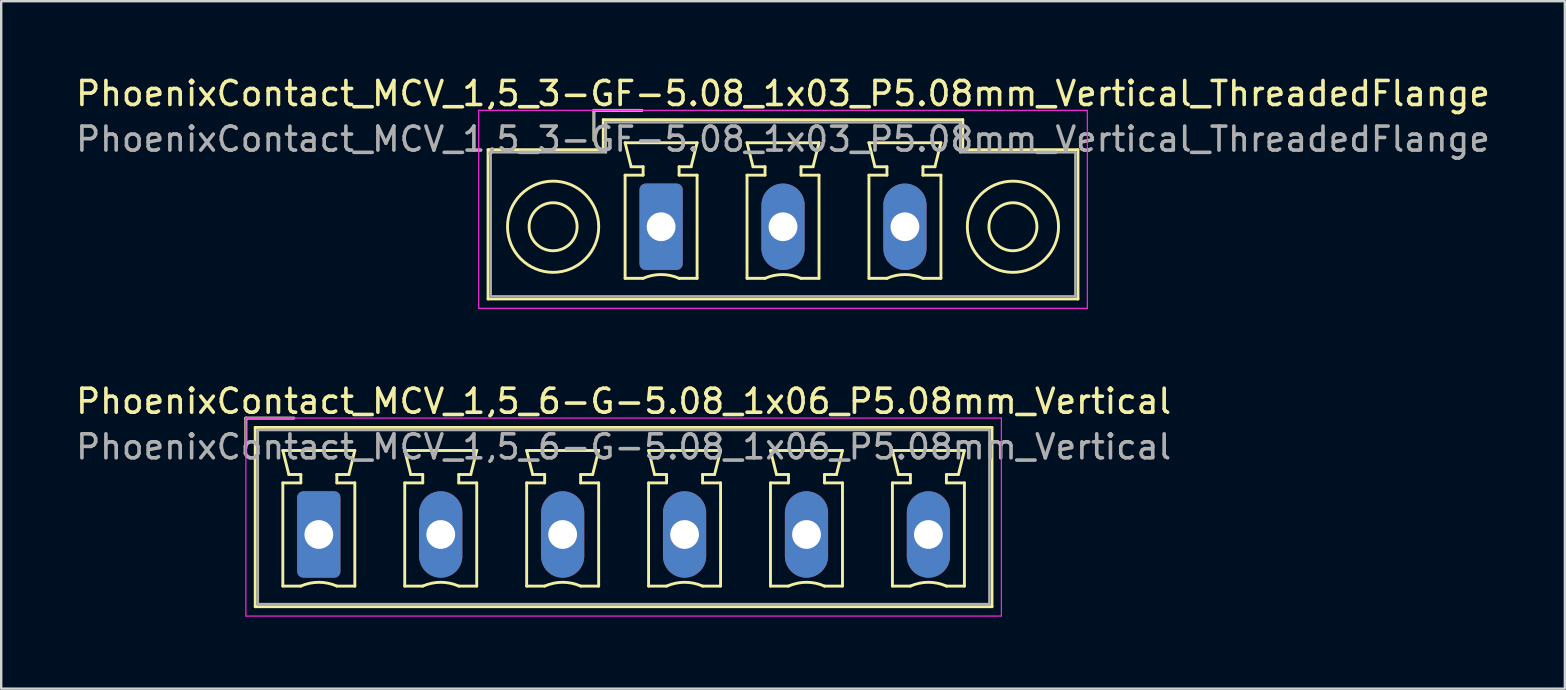
<source format=kicad_pcb>
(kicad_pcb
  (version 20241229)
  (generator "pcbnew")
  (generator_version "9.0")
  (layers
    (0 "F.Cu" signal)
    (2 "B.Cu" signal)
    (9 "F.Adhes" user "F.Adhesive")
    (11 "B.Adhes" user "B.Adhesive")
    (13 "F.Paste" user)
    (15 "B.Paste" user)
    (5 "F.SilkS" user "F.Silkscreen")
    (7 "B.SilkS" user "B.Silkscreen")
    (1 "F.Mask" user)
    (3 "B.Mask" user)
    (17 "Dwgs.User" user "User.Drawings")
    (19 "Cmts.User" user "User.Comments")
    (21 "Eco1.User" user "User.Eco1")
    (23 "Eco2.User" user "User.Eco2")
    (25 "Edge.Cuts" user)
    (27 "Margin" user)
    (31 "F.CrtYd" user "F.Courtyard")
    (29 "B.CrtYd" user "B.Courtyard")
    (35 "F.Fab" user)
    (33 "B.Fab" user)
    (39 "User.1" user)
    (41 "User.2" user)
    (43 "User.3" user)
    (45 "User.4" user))
  (footprint "PhoenixContact_MCV_1,5_3-GF-5.08_1x03_P5.08mm_Vertical_ThreadedFlange"
    (layer "F.Cu")
    (at 24.497 6.398)
    (property "Reference" "PhoenixContact_MCV_1,5_3-GF-5.08_1x03_P5.08mm_Vertical_ThreadedFlange" (at 5.08 -5.55 0) (layer "F.SilkS") (effects (font (size 1 1) (thickness 0.15))))
    (attr through_hole)
    (fp_line (start -7.21 -3.21) (end -7.21 3.01) (stroke (width 0.12) (type solid)) (layer "F.SilkS"))
    (fp_line (start -7.21 3.01) (end 17.37 3.01) (stroke (width 0.12) (type solid)) (layer "F.SilkS"))
    (fp_line (start -2.8 -4.85) (end -0.8 -4.85) (stroke (width 0.12) (type solid)) (layer "F.SilkS"))
    (fp_line (start -2.8 -3.6) (end -2.8 -4.85) (stroke (width 0.12) (type solid)) (layer "F.SilkS"))
    (fp_line (start -2.41 -4.46) (end -2.41 -3.21) (stroke (width 0.12) (type solid)) (layer "F.SilkS"))
    (fp_line (start -2.41 -3.21) (end -7.21 -3.21) (stroke (width 0.12) (type solid)) (layer "F.SilkS"))
    (fp_line (start -1.5 -3.5) (end 1.5 -3.5) (stroke (width 0.12) (type solid)) (layer "F.SilkS"))
    (fp_line (start -1.5 -2.15) (end -0.75 -2.15) (stroke (width 0.12) (type solid)) (layer "F.SilkS"))
    (fp_line (start -1.5 2.15) (end -1.5 -2.15) (stroke (width 0.12) (type solid)) (layer "F.SilkS"))
    (fp_line (start -1.25 -2.5) (end -1.5 -3.5) (stroke (width 0.12) (type solid)) (layer "F.SilkS"))
    (fp_line (start -0.75 -2.5) (end -1.25 -2.5) (stroke (width 0.12) (type solid)) (layer "F.SilkS"))
    (fp_line (start -0.75 -2.15) (end -0.75 -2.5) (stroke (width 0.12) (type solid)) (layer "F.SilkS"))
    (fp_line (start -0.75 2.15) (end -1.5 2.15) (stroke (width 0.12) (type solid)) (layer "F.SilkS"))
    (fp_line (start 0.75 -2.5) (end 0.75 -2.15) (stroke (width 0.12) (type solid)) (layer "F.SilkS"))
    (fp_line (start 0.75 -2.15) (end 1.5 -2.15) (stroke (width 0.12) (type solid)) (layer "F.SilkS"))
    (fp_line (start 1.25 -2.5) (end 0.75 -2.5) (stroke (width 0.12) (type solid)) (layer "F.SilkS"))
    (fp_line (start 1.5 -3.5) (end 1.25 -2.5) (stroke (width 0.12) (type solid)) (layer "F.SilkS"))
    (fp_line (start 1.5 -2.15) (end 1.5 2.15) (stroke (width 0.12) (type solid)) (layer "F.SilkS"))
    (fp_line (start 1.5 2.15) (end 0.75 2.15) (stroke (width 0.12) (type solid)) (layer "F.SilkS"))
    (fp_line (start 3.58 -3.5) (end 6.58 -3.5) (stroke (width 0.12) (type solid)) (layer "F.SilkS"))
    (fp_line (start 3.58 -2.15) (end 4.33 -2.15) (stroke (width 0.12) (type solid)) (layer "F.SilkS"))
    (fp_line (start 3.58 2.15) (end 3.58 -2.15) (stroke (width 0.12) (type solid)) (layer "F.SilkS"))
    (fp_line (start 3.83 -2.5) (end 3.58 -3.5) (stroke (width 0.12) (type solid)) (layer "F.SilkS"))
    (fp_line (start 4.33 -2.5) (end 3.83 -2.5) (stroke (width 0.12) (type solid)) (layer "F.SilkS"))
    (fp_line (start 4.33 -2.15) (end 4.33 -2.5) (stroke (width 0.12) (type solid)) (layer "F.SilkS"))
    (fp_line (start 4.33 2.15) (end 3.58 2.15) (stroke (width 0.12) (type solid)) (layer "F.SilkS"))
    (fp_line (start 5.83 -2.5) (end 5.83 -2.15) (stroke (width 0.12) (type solid)) (layer "F.SilkS"))
    (fp_line (start 5.83 -2.15) (end 6.58 -2.15) (stroke (width 0.12) (type solid)) (layer "F.SilkS"))
    (fp_line (start 6.33 -2.5) (end 5.83 -2.5) (stroke (width 0.12) (type solid)) (layer "F.SilkS"))
    (fp_line (start 6.58 -3.5) (end 6.33 -2.5) (stroke (width 0.12) (type solid)) (layer "F.SilkS"))
    (fp_line (start 6.58 -2.15) (end 6.58 2.15) (stroke (width 0.12) (type solid)) (layer "F.SilkS"))
    (fp_line (start 6.58 2.15) (end 5.83 2.15) (stroke (width 0.12) (type solid)) (layer "F.SilkS"))
    (fp_line (start 8.66 -3.5) (end 11.66 -3.5) (stroke (width 0.12) (type solid)) (layer "F.SilkS"))
    (fp_line (start 8.66 -2.15) (end 9.41 -2.15) (stroke (width 0.12) (type solid)) (layer "F.SilkS"))
    (fp_line (start 8.66 2.15) (end 8.66 -2.15) (stroke (width 0.12) (type solid)) (layer "F.SilkS"))
    (fp_line (start 8.91 -2.5) (end 8.66 -3.5) (stroke (width 0.12) (type solid)) (layer "F.SilkS"))
    (fp_line (start 9.41 -2.5) (end 8.91 -2.5) (stroke (width 0.12) (type solid)) (layer "F.SilkS"))
    (fp_line (start 9.41 -2.15) (end 9.41 -2.5) (stroke (width 0.12) (type solid)) (layer "F.SilkS"))
    (fp_line (start 9.41 2.15) (end 8.66 2.15) (stroke (width 0.12) (type solid)) (layer "F.SilkS"))
    (fp_line (start 10.91 -2.5) (end 10.91 -2.15) (stroke (width 0.12) (type solid)) (layer "F.SilkS"))
    (fp_line (start 10.91 -2.15) (end 11.66 -2.15) (stroke (width 0.12) (type solid)) (layer "F.SilkS"))
    (fp_line (start 11.41 -2.5) (end 10.91 -2.5) (stroke (width 0.12) (type solid)) (layer "F.SilkS"))
    (fp_line (start 11.66 -3.5) (end 11.41 -2.5) (stroke (width 0.12) (type solid)) (layer "F.SilkS"))
    (fp_line (start 11.66 -2.15) (end 11.66 2.15) (stroke (width 0.12) (type solid)) (layer "F.SilkS"))
    (fp_line (start 11.66 2.15) (end 10.91 2.15) (stroke (width 0.12) (type solid)) (layer "F.SilkS"))
    (fp_line (start 12.57 -4.46) (end -2.41 -4.46) (stroke (width 0.12) (type solid)) (layer "F.SilkS"))
    (fp_line (start 12.57 -3.21) (end 12.57 -4.46) (stroke (width 0.12) (type solid)) (layer "F.SilkS"))
    (fp_line (start 17.37 -3.21) (end 12.57 -3.21) (stroke (width 0.12) (type solid)) (layer "F.SilkS"))
    (fp_line (start 17.37 3.01) (end 17.37 -3.21) (stroke (width 0.12) (type solid)) (layer "F.SilkS"))
    (fp_arc (start -0.75 2.15) (mid -0.000193 1.99191) (end 0.749647 2.149844) (stroke (width 0.12) (type solid)) (layer "F.SilkS"))
    (fp_arc (start 4.33 2.15) (mid 5.079807 1.99191) (end 5.829647 2.149844) (stroke (width 0.12) (type solid)) (layer "F.SilkS"))
    (fp_arc (start 9.41 2.15) (mid 10.159807 1.99191) (end 10.909647 2.149844) (stroke (width 0.12) (type solid)) (layer "F.SilkS"))
    (fp_circle (center -4.5 0) (end -3.5 0) (stroke (width 0.12) (type solid)) (fill no) (layer "F.SilkS"))
    (fp_circle (center -4.5 0) (end -2.6 0) (stroke (width 0.12) (type solid)) (fill no) (layer "F.SilkS"))
    (fp_circle (center 14.66 0) (end 15.66 0) (stroke (width 0.12) (type solid)) (fill no) (layer "F.SilkS"))
    (fp_circle (center 14.66 0) (end 16.56 0) (stroke (width 0.12) (type solid)) (fill no) (layer "F.SilkS"))
    (fp_line (start -7.6 -4.85) (end -7.6 3.4) (stroke (width 0.05) (type solid)) (layer "F.CrtYd"))
    (fp_line (start -7.6 3.4) (end 17.76 3.4) (stroke (width 0.05) (type solid)) (layer "F.CrtYd"))
    (fp_line (start 17.76 -4.85) (end -7.6 -4.85) (stroke (width 0.05) (type solid)) (layer "F.CrtYd"))
    (fp_line (start 17.76 3.4) (end 17.76 -4.85) (stroke (width 0.05) (type solid)) (layer "F.CrtYd"))
    (fp_line (start -7.1 -3.1) (end -7.1 2.9) (stroke (width 0.1) (type solid)) (layer "F.Fab"))
    (fp_line (start -7.1 2.9) (end 17.26 2.9) (stroke (width 0.1) (type solid)) (layer "F.Fab"))
    (fp_line (start -2.8 -4.85) (end -0.8 -4.85) (stroke (width 0.1) (type solid)) (layer "F.Fab"))
    (fp_line (start -2.8 -3.6) (end -2.8 -4.85) (stroke (width 0.1) (type solid)) (layer "F.Fab"))
    (fp_line (start -2.3 -4.35) (end -2.3 -3.1) (stroke (width 0.1) (type solid)) (layer "F.Fab"))
    (fp_line (start -2.3 -3.1) (end -7.1 -3.1) (stroke (width 0.1) (type solid)) (layer "F.Fab"))
    (fp_line (start 12.46 -4.35) (end -2.3 -4.35) (stroke (width 0.1) (type solid)) (layer "F.Fab"))
    (fp_line (start 12.46 -3.1) (end 12.46 -4.35) (stroke (width 0.1) (type solid)) (layer "F.Fab"))
    (fp_line (start 17.26 -3.1) (end 12.46 -3.1) (stroke (width 0.1) (type solid)) (layer "F.Fab"))
    (fp_line (start 17.26 2.9) (end 17.26 -3.1) (stroke (width 0.1) (type solid)) (layer "F.Fab"))
    (fp_text user "${REFERENCE}" (at 5.08 -3.65 0) (layer "F.Fab") (effects (font (size 1 1) (thickness 0.15))))
    (pad "1" thru_hole roundrect (at 0 0) (size 1.8 3.6) (drill 1.2) (layers "*.Cu" "*.Mask") (roundrect_rratio 0.139))
    (pad "2" thru_hole oval (at 5.08 0) (size 1.8 3.6) (drill 1.2) (layers "*.Cu" "*.Mask"))
    (pad "3" thru_hole oval (at 10.16 0) (size 1.8 3.6) (drill 1.2) (layers "*.Cu" "*.Mask")))
  (footprint "PhoenixContact_MCV_1,5_6-G-5.08_1x06_P5.08mm_Vertical"
    (layer "F.Cu")
    (at 10.235 19.221)
    (property "Reference" "PhoenixContact_MCV_1,5_6-G-5.08_1x06_P5.08mm_Vertical" (at 12.7 -5.55 0) (layer "F.SilkS") (effects (font (size 1 1) (thickness 0.15))))
    (attr through_hole)
    (fp_line (start -3.04 -4.85) (end -1.04 -4.85) (stroke (width 0.12) (type solid)) (layer "F.SilkS"))
    (fp_line (start -3.04 -3.6) (end -3.04 -4.85) (stroke (width 0.12) (type solid)) (layer "F.SilkS"))
    (fp_line (start -2.65 -4.46) (end -2.65 3.01) (stroke (width 0.12) (type solid)) (layer "F.SilkS"))
    (fp_line (start -2.65 3.01) (end 28.05 3.01) (stroke (width 0.12) (type solid)) (layer "F.SilkS"))
    (fp_line (start -1.5 -3.5) (end 1.5 -3.5) (stroke (width 0.12) (type solid)) (layer "F.SilkS"))
    (fp_line (start -1.5 -2.15) (end -0.75 -2.15) (stroke (width 0.12) (type solid)) (layer "F.SilkS"))
    (fp_line (start -1.5 2.15) (end -1.5 -2.15) (stroke (width 0.12) (type solid)) (layer "F.SilkS"))
    (fp_line (start -1.25 -2.5) (end -1.5 -3.5) (stroke (width 0.12) (type solid)) (layer "F.SilkS"))
    (fp_line (start -0.75 -2.5) (end -1.25 -2.5) (stroke (width 0.12) (type solid)) (layer "F.SilkS"))
    (fp_line (start -0.75 -2.15) (end -0.75 -2.5) (stroke (width 0.12) (type solid)) (layer "F.SilkS"))
    (fp_line (start -0.75 2.15) (end -1.5 2.15) (stroke (width 0.12) (type solid)) (layer "F.SilkS"))
    (fp_line (start 0.75 -2.5) (end 0.75 -2.15) (stroke (width 0.12) (type solid)) (layer "F.SilkS"))
    (fp_line (start 0.75 -2.15) (end 1.5 -2.15) (stroke (width 0.12) (type solid)) (layer "F.SilkS"))
    (fp_line (start 1.25 -2.5) (end 0.75 -2.5) (stroke (width 0.12) (type solid)) (layer "F.SilkS"))
    (fp_line (start 1.5 -3.5) (end 1.25 -2.5) (stroke (width 0.12) (type solid)) (layer "F.SilkS"))
    (fp_line (start 1.5 -2.15) (end 1.5 2.15) (stroke (width 0.12) (type solid)) (layer "F.SilkS"))
    (fp_line (start 1.5 2.15) (end 0.75 2.15) (stroke (width 0.12) (type solid)) (layer "F.SilkS"))
    (fp_line (start 3.58 -3.5) (end 6.58 -3.5) (stroke (width 0.12) (type solid)) (layer "F.SilkS"))
    (fp_line (start 3.58 -2.15) (end 4.33 -2.15) (stroke (width 0.12) (type solid)) (layer "F.SilkS"))
    (fp_line (start 3.58 2.15) (end 3.58 -2.15) (stroke (width 0.12) (type solid)) (layer "F.SilkS"))
    (fp_line (start 3.83 -2.5) (end 3.58 -3.5) (stroke (width 0.12) (type solid)) (layer "F.SilkS"))
    (fp_line (start 4.33 -2.5) (end 3.83 -2.5) (stroke (width 0.12) (type solid)) (layer "F.SilkS"))
    (fp_line (start 4.33 -2.15) (end 4.33 -2.5) (stroke (width 0.12) (type solid)) (layer "F.SilkS"))
    (fp_line (start 4.33 2.15) (end 3.58 2.15) (stroke (width 0.12) (type solid)) (layer "F.SilkS"))
    (fp_line (start 5.83 -2.5) (end 5.83 -2.15) (stroke (width 0.12) (type solid)) (layer "F.SilkS"))
    (fp_line (start 5.83 -2.15) (end 6.58 -2.15) (stroke (width 0.12) (type solid)) (layer "F.SilkS"))
    (fp_line (start 6.33 -2.5) (end 5.83 -2.5) (stroke (width 0.12) (type solid)) (layer "F.SilkS"))
    (fp_line (start 6.58 -3.5) (end 6.33 -2.5) (stroke (width 0.12) (type solid)) (layer "F.SilkS"))
    (fp_line (start 6.58 -2.15) (end 6.58 2.15) (stroke (width 0.12) (type solid)) (layer "F.SilkS"))
    (fp_line (start 6.58 2.15) (end 5.83 2.15) (stroke (width 0.12) (type solid)) (layer "F.SilkS"))
    (fp_line (start 8.66 -3.5) (end 11.66 -3.5) (stroke (width 0.12) (type solid)) (layer "F.SilkS"))
    (fp_line (start 8.66 -2.15) (end 9.41 -2.15) (stroke (width 0.12) (type solid)) (layer "F.SilkS"))
    (fp_line (start 8.66 2.15) (end 8.66 -2.15) (stroke (width 0.12) (type solid)) (layer "F.SilkS"))
    (fp_line (start 8.91 -2.5) (end 8.66 -3.5) (stroke (width 0.12) (type solid)) (layer "F.SilkS"))
    (fp_line (start 9.41 -2.5) (end 8.91 -2.5) (stroke (width 0.12) (type solid)) (layer "F.SilkS"))
    (fp_line (start 9.41 -2.15) (end 9.41 -2.5) (stroke (width 0.12) (type solid)) (layer "F.SilkS"))
    (fp_line (start 9.41 2.15) (end 8.66 2.15) (stroke (width 0.12) (type solid)) (layer "F.SilkS"))
    (fp_line (start 10.91 -2.5) (end 10.91 -2.15) (stroke (width 0.12) (type solid)) (layer "F.SilkS"))
    (fp_line (start 10.91 -2.15) (end 11.66 -2.15) (stroke (width 0.12) (type solid)) (layer "F.SilkS"))
    (fp_line (start 11.41 -2.5) (end 10.91 -2.5) (stroke (width 0.12) (type solid)) (layer "F.SilkS"))
    (fp_line (start 11.66 -3.5) (end 11.41 -2.5) (stroke (width 0.12) (type solid)) (layer "F.SilkS"))
    (fp_line (start 11.66 -2.15) (end 11.66 2.15) (stroke (width 0.12) (type solid)) (layer "F.SilkS"))
    (fp_line (start 11.66 2.15) (end 10.91 2.15) (stroke (width 0.12) (type solid)) (layer "F.SilkS"))
    (fp_line (start 13.74 -3.5) (end 16.74 -3.5) (stroke (width 0.12) (type solid)) (layer "F.SilkS"))
    (fp_line (start 13.74 -2.15) (end 14.49 -2.15) (stroke (width 0.12) (type solid)) (layer "F.SilkS"))
    (fp_line (start 13.74 2.15) (end 13.74 -2.15) (stroke (width 0.12) (type solid)) (layer "F.SilkS"))
    (fp_line (start 13.99 -2.5) (end 13.74 -3.5) (stroke (width 0.12) (type solid)) (layer "F.SilkS"))
    (fp_line (start 14.49 -2.5) (end 13.99 -2.5) (stroke (width 0.12) (type solid)) (layer "F.SilkS"))
    (fp_line (start 14.49 -2.15) (end 14.49 -2.5) (stroke (width 0.12) (type solid)) (layer "F.SilkS"))
    (fp_line (start 14.49 2.15) (end 13.74 2.15) (stroke (width 0.12) (type solid)) (layer "F.SilkS"))
    (fp_line (start 15.99 -2.5) (end 15.99 -2.15) (stroke (width 0.12) (type solid)) (layer "F.SilkS"))
    (fp_line (start 15.99 -2.15) (end 16.74 -2.15) (stroke (width 0.12) (type solid)) (layer "F.SilkS"))
    (fp_line (start 16.49 -2.5) (end 15.99 -2.5) (stroke (width 0.12) (type solid)) (layer "F.SilkS"))
    (fp_line (start 16.74 -3.5) (end 16.49 -2.5) (stroke (width 0.12) (type solid)) (layer "F.SilkS"))
    (fp_line (start 16.74 -2.15) (end 16.74 2.15) (stroke (width 0.12) (type solid)) (layer "F.SilkS"))
    (fp_line (start 16.74 2.15) (end 15.99 2.15) (stroke (width 0.12) (type solid)) (layer "F.SilkS"))
    (fp_line (start 18.82 -3.5) (end 21.82 -3.5) (stroke (width 0.12) (type solid)) (layer "F.SilkS"))
    (fp_line (start 18.82 -2.15) (end 19.57 -2.15) (stroke (width 0.12) (type solid)) (layer "F.SilkS"))
    (fp_line (start 18.82 2.15) (end 18.82 -2.15) (stroke (width 0.12) (type solid)) (layer "F.SilkS"))
    (fp_line (start 19.07 -2.5) (end 18.82 -3.5) (stroke (width 0.12) (type solid)) (layer "F.SilkS"))
    (fp_line (start 19.57 -2.5) (end 19.07 -2.5) (stroke (width 0.12) (type solid)) (layer "F.SilkS"))
    (fp_line (start 19.57 -2.15) (end 19.57 -2.5) (stroke (width 0.12) (type solid)) (layer "F.SilkS"))
    (fp_line (start 19.57 2.15) (end 18.82 2.15) (stroke (width 0.12) (type solid)) (layer "F.SilkS"))
    (fp_line (start 21.07 -2.5) (end 21.07 -2.15) (stroke (width 0.12) (type solid)) (layer "F.SilkS"))
    (fp_line (start 21.07 -2.15) (end 21.82 -2.15) (stroke (width 0.12) (type solid)) (layer "F.SilkS"))
    (fp_line (start 21.57 -2.5) (end 21.07 -2.5) (stroke (width 0.12) (type solid)) (layer "F.SilkS"))
    (fp_line (start 21.82 -3.5) (end 21.57 -2.5) (stroke (width 0.12) (type solid)) (layer "F.SilkS"))
    (fp_line (start 21.82 -2.15) (end 21.82 2.15) (stroke (width 0.12) (type solid)) (layer "F.SilkS"))
    (fp_line (start 21.82 2.15) (end 21.07 2.15) (stroke (width 0.12) (type solid)) (layer "F.SilkS"))
    (fp_line (start 23.9 -3.5) (end 26.9 -3.5) (stroke (width 0.12) (type solid)) (layer "F.SilkS"))
    (fp_line (start 23.9 -2.15) (end 24.65 -2.15) (stroke (width 0.12) (type solid)) (layer "F.SilkS"))
    (fp_line (start 23.9 2.15) (end 23.9 -2.15) (stroke (width 0.12) (type solid)) (layer "F.SilkS"))
    (fp_line (start 24.15 -2.5) (end 23.9 -3.5) (stroke (width 0.12) (type solid)) (layer "F.SilkS"))
    (fp_line (start 24.65 -2.5) (end 24.15 -2.5) (stroke (width 0.12) (type solid)) (layer "F.SilkS"))
    (fp_line (start 24.65 -2.15) (end 24.65 -2.5) (stroke (width 0.12) (type solid)) (layer "F.SilkS"))
    (fp_line (start 24.65 2.15) (end 23.9 2.15) (stroke (width 0.12) (type solid)) (layer "F.SilkS"))
    (fp_line (start 26.15 -2.5) (end 26.15 -2.15) (stroke (width 0.12) (type solid)) (layer "F.SilkS"))
    (fp_line (start 26.15 -2.15) (end 26.9 -2.15) (stroke (width 0.12) (type solid)) (layer "F.SilkS"))
    (fp_line (start 26.65 -2.5) (end 26.15 -2.5) (stroke (width 0.12) (type solid)) (layer "F.SilkS"))
    (fp_line (start 26.9 -3.5) (end 26.65 -2.5) (stroke (width 0.12) (type solid)) (layer "F.SilkS"))
    (fp_line (start 26.9 -2.15) (end 26.9 2.15) (stroke (width 0.12) (type solid)) (layer "F.SilkS"))
    (fp_line (start 26.9 2.15) (end 26.15 2.15) (stroke (width 0.12) (type solid)) (layer "F.SilkS"))
    (fp_line (start 28.05 -4.46) (end -2.65 -4.46) (stroke (width 0.12) (type solid)) (layer "F.SilkS"))
    (fp_line (start 28.05 3.01) (end 28.05 -4.46) (stroke (width 0.12) (type solid)) (layer "F.SilkS"))
    (fp_arc (start -0.75 2.15) (mid -0.000193 1.99191) (end 0.749647 2.149844) (stroke (width 0.12) (type solid)) (layer "F.SilkS"))
    (fp_arc (start 4.33 2.15) (mid 5.079807 1.99191) (end 5.829647 2.149844) (stroke (width 0.12) (type solid)) (layer "F.SilkS"))
    (fp_arc (start 9.41 2.15) (mid 10.159807 1.99191) (end 10.909647 2.149844) (stroke (width 0.12) (type solid)) (layer "F.SilkS"))
    (fp_arc (start 14.49 2.15) (mid 15.239807 1.99191) (end 15.989647 2.149844) (stroke (width 0.12) (type solid)) (layer "F.SilkS"))
    (fp_arc (start 19.57 2.15) (mid 20.319807 1.99191) (end 21.069647 2.149844) (stroke (width 0.12) (type solid)) (layer "F.SilkS"))
    (fp_arc (start 24.65 2.15) (mid 25.399807 1.99191) (end 26.149647 2.149844) (stroke (width 0.12) (type solid)) (layer "F.SilkS"))
    (fp_line (start -3.04 -4.85) (end -3.04 3.4) (stroke (width 0.05) (type solid)) (layer "F.CrtYd"))
    (fp_line (start -3.04 3.4) (end 28.44 3.4) (stroke (width 0.05) (type solid)) (layer "F.CrtYd"))
    (fp_line (start 28.44 -4.85) (end -3.04 -4.85) (stroke (width 0.05) (type solid)) (layer "F.CrtYd"))
    (fp_line (start 28.44 3.4) (end 28.44 -4.85) (stroke (width 0.05) (type solid)) (layer "F.CrtYd"))
    (fp_line (start -3.04 -4.85) (end -1.04 -4.85) (stroke (width 0.1) (type solid)) (layer "F.Fab"))
    (fp_line (start -3.04 -3.6) (end -3.04 -4.85) (stroke (width 0.1) (type solid)) (layer "F.Fab"))
    (fp_line (start -2.54 -4.35) (end -2.54 2.9) (stroke (width 0.1) (type solid)) (layer "F.Fab"))
    (fp_line (start -2.54 2.9) (end 27.94 2.9) (stroke (width 0.1) (type solid)) (layer "F.Fab"))
    (fp_line (start 27.94 -4.35) (end -2.54 -4.35) (stroke (width 0.1) (type solid)) (layer "F.Fab"))
    (fp_line (start 27.94 2.9) (end 27.94 -4.35) (stroke (width 0.1) (type solid)) (layer "F.Fab"))
    (fp_text user "${REFERENCE}" (at 12.7 -3.65 0) (layer "F.Fab") (effects (font (size 1 1) (thickness 0.15))))
    (pad "1" thru_hole roundrect (at 0 0) (size 1.8 3.6) (drill 1.2) (layers "*.Cu" "*.Mask") (roundrect_rratio 0.139))
    (pad "2" thru_hole oval (at 5.08 0) (size 1.8 3.6) (drill 1.2) (layers "*.Cu" "*.Mask"))
    (pad "3" thru_hole oval (at 10.16 0) (size 1.8 3.6) (drill 1.2) (layers "*.Cu" "*.Mask"))
    (pad "4" thru_hole oval (at 15.24 0) (size 1.8 3.6) (drill 1.2) (layers "*.Cu" "*.Mask"))
    (pad "5" thru_hole oval (at 20.32 0) (size 1.8 3.6) (drill 1.2) (layers "*.Cu" "*.Mask"))
    (pad "6" thru_hole oval (at 25.4 0) (size 1.8 3.6) (drill 1.2) (layers "*.Cu" "*.Mask")))
  (gr_rect
    (start -3 -3)
    (end 62.155 25.646)
    (stroke (width 0.1) (type default))
    (fill no)
    (layer "Edge.Cuts")))
</source>
